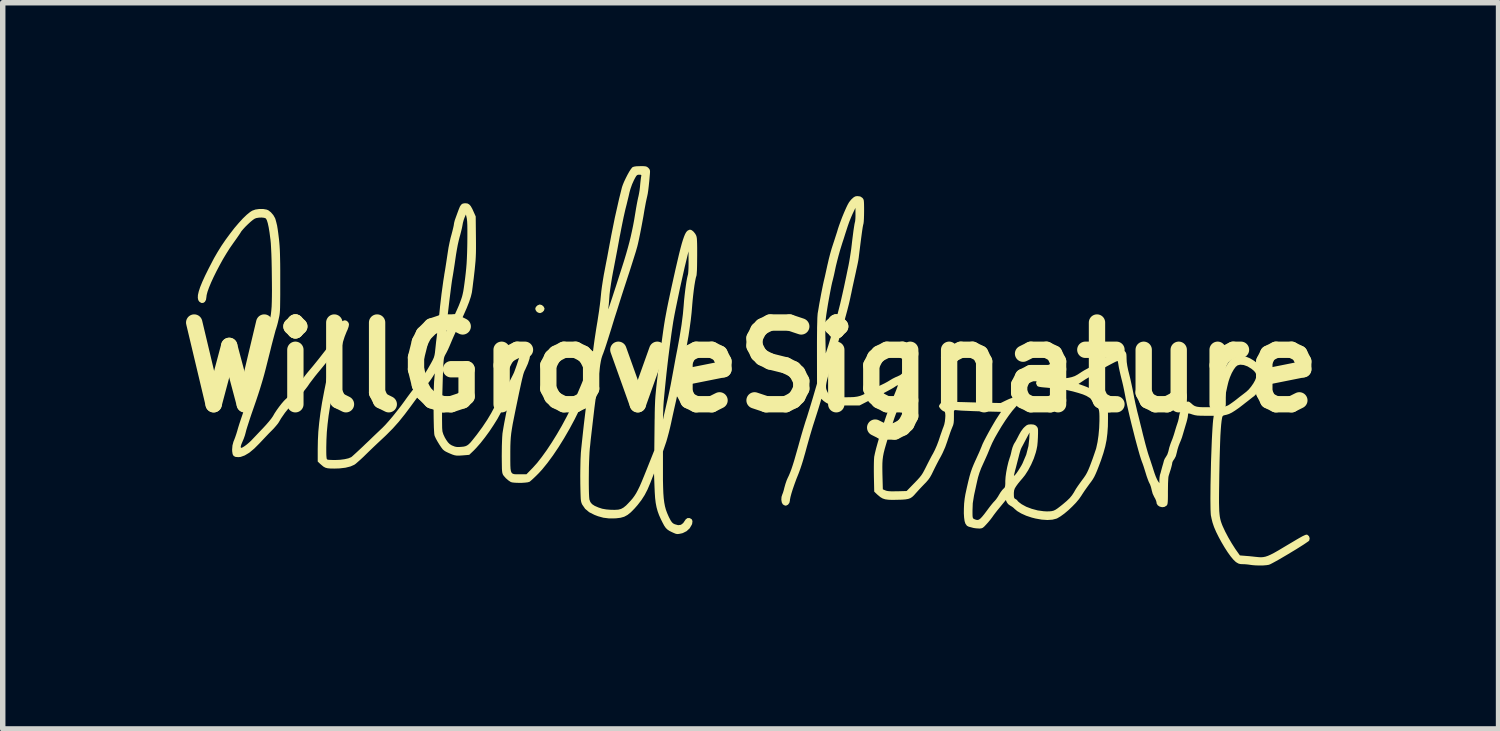
<source format=kicad_pcb>
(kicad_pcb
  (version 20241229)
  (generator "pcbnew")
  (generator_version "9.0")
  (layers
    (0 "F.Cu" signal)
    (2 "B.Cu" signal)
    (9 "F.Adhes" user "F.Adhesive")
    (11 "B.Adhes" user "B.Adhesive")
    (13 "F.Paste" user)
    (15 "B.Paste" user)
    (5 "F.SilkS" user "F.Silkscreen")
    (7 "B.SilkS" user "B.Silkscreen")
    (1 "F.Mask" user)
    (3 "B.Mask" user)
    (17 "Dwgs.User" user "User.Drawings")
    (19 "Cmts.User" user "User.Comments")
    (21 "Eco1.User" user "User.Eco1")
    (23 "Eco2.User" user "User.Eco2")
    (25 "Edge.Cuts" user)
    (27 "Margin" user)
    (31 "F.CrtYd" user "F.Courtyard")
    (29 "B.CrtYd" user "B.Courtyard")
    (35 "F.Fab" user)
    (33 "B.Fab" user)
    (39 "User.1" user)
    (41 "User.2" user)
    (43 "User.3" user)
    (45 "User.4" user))
  (footprint "WillGroveSignature"
    (layer "F.Cu")
    (at 10.729 3.692)
    (property "Reference" "WillGroveSignature" (at 0 0 0) (layer "F.SilkS") (effects (font (size 1.5 1.5) (thickness 0.3))))
    (attr board_only exclude_from_pos_files exclude_from_bom)
    (fp_poly (pts (xy -3.832 -1.142) (xy -3.801 -1.115) (xy -3.785 -1.082) (xy -3.784 -1.074) (xy -3.795 -1.04) (xy -3.824 -1.011) (xy -3.86 -0.996) (xy -3.869 -0.995) (xy -3.903 -1.004) (xy -3.928 -1.021) (xy -3.947 -1.05) (xy -3.954 -1.074) (xy -3.943 -1.107) (xy -3.914 -1.136) (xy -3.878 -1.151) (xy -3.869 -1.152)) (stroke (width 0) (type solid)) (fill yes) (layer "F.SilkS"))
    (fp_poly (pts (xy 2.011 -3.136) (xy 2.047 -3.113) (xy 2.05 -3.11) (xy 2.062 -3.097) (xy 2.07 -3.083) (xy 2.076 -3.064) (xy 2.079 -3.035) (xy 2.081 -2.993) (xy 2.082 -2.932) (xy 2.082 -2.867) (xy 2.081 -2.794) (xy 2.079 -2.729) (xy 2.076 -2.677) (xy 2.072 -2.643) (xy 2.07 -2.634) (xy 2.065 -2.614) (xy 2.057 -2.573) (xy 2.048 -2.515) (xy 2.038 -2.443) (xy 2.027 -2.361) (xy 2.024 -2.337) (xy 2.013 -2.251) (xy 2.003 -2.17) (xy 1.994 -2.099) (xy 1.987 -2.043) (xy 1.983 -2.008) (xy 1.982 -2.003) (xy 1.977 -1.969) (xy 1.967 -1.916) (xy 1.953 -1.85) (xy 1.937 -1.778) (xy 1.931 -1.748) (xy 1.912 -1.662) (xy 1.89 -1.562) (xy 1.867 -1.457) (xy 1.847 -1.359) (xy 1.84 -1.329) (xy 1.829 -1.275) (xy 1.817 -1.221) (xy 1.804 -1.165) (xy 1.789 -1.106) (xy 1.772 -1.04) (xy 1.752 -0.966) (xy 1.729 -0.882) (xy 1.701 -0.785) (xy 1.669 -0.674) (xy 1.631 -0.546) (xy 1.588 -0.399) (xy 1.538 -0.232) (xy 1.481 -0.042) (xy 1.481 -0.04) (xy 1.448 0.07) (xy 1.422 0.159) (xy 1.403 0.229) (xy 1.391 0.285) (xy 1.384 0.328) (xy 1.383 0.363) (xy 1.386 0.392) (xy 1.394 0.419) (xy 1.407 0.448) (xy 1.412 0.458) (xy 1.43 0.49) (xy 1.453 0.513) (xy 1.485 0.53) (xy 1.529 0.54) (xy 1.589 0.547) (xy 1.67 0.549) (xy 1.731 0.55) (xy 1.824 0.549) (xy 1.896 0.546) (xy 1.956 0.538) (xy 2.008 0.525) (xy 2.061 0.504) (xy 2.119 0.474) (xy 2.182 0.437) (xy 2.246 0.401) (xy 2.315 0.364) (xy 2.378 0.333) (xy 2.401 0.322) (xy 2.457 0.295) (xy 2.512 0.265) (xy 2.555 0.239) (xy 2.558 0.237) (xy 2.605 0.209) (xy 2.661 0.181) (xy 2.689 0.17) (xy 2.747 0.142) (xy 2.787 0.108) (xy 2.792 0.103) (xy 2.843 0.04) (xy 2.884 0.002) (xy 2.916 -0.013) (xy 2.919 -0.013) (xy 2.952 -0.002) (xy 2.982 0.025) (xy 2.998 0.058) (xy 2.998 0.066) (xy 2.993 0.088) (xy 2.977 0.127) (xy 2.954 0.178) (xy 2.927 0.233) (xy 2.829 0.439) (xy 2.734 0.67) (xy 2.64 0.925) (xy 2.548 1.205) (xy 2.516 1.309) (xy 2.485 1.414) (xy 2.46 1.5) (xy 2.442 1.572) (xy 2.43 1.635) (xy 2.422 1.697) (xy 2.418 1.761) (xy 2.417 1.834) (xy 2.418 1.921) (xy 2.419 1.974) (xy 2.426 2.24) (xy 2.473 2.26) (xy 2.501 2.269) (xy 2.537 2.274) (xy 2.588 2.277) (xy 2.657 2.276) (xy 2.692 2.276) (xy 2.863 2.271) (xy 3.003 2.127) (xy 3.06 2.068) (xy 3.102 2.021) (xy 3.135 1.979) (xy 3.162 1.937) (xy 3.189 1.887) (xy 3.214 1.838) (xy 3.249 1.768) (xy 3.288 1.692) (xy 3.325 1.622) (xy 3.348 1.582) (xy 3.382 1.515) (xy 3.418 1.433) (xy 3.45 1.348) (xy 3.461 1.315) (xy 3.483 1.248) (xy 3.506 1.183) (xy 3.525 1.128) (xy 3.539 1.093) (xy 3.554 1.048) (xy 3.565 0.994) (xy 3.571 0.939) (xy 3.574 0.887) (xy 3.571 0.845) (xy 3.564 0.818) (xy 3.555 0.812) (xy 3.53 0.802) (xy 3.5 0.778) (xy 3.473 0.748) (xy 3.458 0.721) (xy 3.456 0.714) (xy 3.465 0.691) (xy 3.486 0.663) (xy 3.489 0.66) (xy 3.522 0.627) (xy 3.728 0.634) (xy 3.803 0.637) (xy 3.897 0.639) (xy 4.003 0.642) (xy 4.114 0.645) (xy 4.222 0.648) (xy 4.262 0.649) (xy 4.589 0.656) (xy 4.668 0.617) (xy 4.745 0.581) (xy 4.804 0.56) (xy 4.849 0.552) (xy 4.883 0.558) (xy 4.91 0.576) (xy 4.929 0.602) (xy 4.933 0.629) (xy 4.92 0.661) (xy 4.888 0.702) (xy 4.857 0.736) (xy 4.802 0.8) (xy 4.74 0.882) (xy 4.673 0.978) (xy 4.606 1.082) (xy 4.542 1.189) (xy 4.483 1.292) (xy 4.434 1.388) (xy 4.398 1.47) (xy 4.392 1.484) (xy 4.373 1.531) (xy 4.347 1.594) (xy 4.315 1.666) (xy 4.282 1.739) (xy 4.275 1.754) (xy 4.231 1.852) (xy 4.199 1.937) (xy 4.174 2.019) (xy 4.159 2.082) (xy 4.142 2.158) (xy 4.124 2.241) (xy 4.107 2.318) (xy 4.099 2.357) (xy 4.077 2.495) (xy 4.072 2.626) (xy 4.072 2.69) (xy 4.073 2.732) (xy 4.077 2.758) (xy 4.084 2.773) (xy 4.095 2.782) (xy 4.105 2.787) (xy 4.136 2.799) (xy 4.162 2.803) (xy 4.188 2.797) (xy 4.215 2.778) (xy 4.247 2.745) (xy 4.288 2.695) (xy 4.34 2.626) (xy 4.35 2.612) (xy 4.39 2.559) (xy 4.428 2.511) (xy 4.461 2.472) (xy 4.478 2.455) (xy 4.506 2.422) (xy 4.538 2.376) (xy 4.559 2.34) (xy 4.587 2.294) (xy 4.617 2.254) (xy 4.637 2.232) (xy 4.655 2.216) (xy 4.666 2.199) (xy 4.671 2.175) (xy 4.674 2.138) (xy 4.674 2.085) (xy 4.679 2.012) (xy 4.682 1.989) (xy 4.832 1.989) (xy 4.839 1.99) (xy 4.856 1.973) (xy 4.881 1.942) (xy 4.91 1.9) (xy 4.94 1.852) (xy 4.97 1.802) (xy 4.99 1.764) (xy 5.058 1.604) (xy 5.099 1.445) (xy 5.114 1.309) (xy 5.119 1.198) (xy 5.053 1.322) (xy 5.024 1.377) (xy 4.998 1.427) (xy 4.978 1.464) (xy 4.97 1.479) (xy 4.957 1.509) (xy 4.943 1.554) (xy 4.931 1.597) (xy 4.919 1.646) (xy 4.902 1.711) (xy 4.884 1.781) (xy 4.871 1.832) (xy 4.855 1.891) (xy 4.843 1.94) (xy 4.835 1.975) (xy 4.832 1.989) (xy 4.682 1.989) (xy 4.691 1.924) (xy 4.709 1.83) (xy 4.731 1.738) (xy 4.756 1.657) (xy 4.764 1.635) (xy 4.773 1.603) (xy 4.784 1.557) (xy 4.791 1.524) (xy 4.806 1.471) (xy 4.827 1.419) (xy 4.84 1.395) (xy 4.864 1.357) (xy 4.892 1.305) (xy 4.92 1.251) (xy 4.923 1.244) (xy 4.961 1.177) (xy 5.003 1.12) (xy 5.026 1.097) (xy 5.061 1.067) (xy 5.092 1.052) (xy 5.129 1.048) (xy 5.146 1.047) (xy 5.192 1.051) (xy 5.223 1.062) (xy 5.245 1.08) (xy 5.258 1.095) (xy 5.267 1.11) (xy 5.273 1.13) (xy 5.275 1.161) (xy 5.275 1.208) (xy 5.273 1.275) (xy 5.273 1.28) (xy 5.268 1.369) (xy 5.261 1.442) (xy 5.248 1.508) (xy 5.233 1.567) (xy 5.197 1.675) (xy 5.149 1.785) (xy 5.094 1.889) (xy 5.036 1.979) (xy 4.994 2.032) (xy 4.952 2.081) (xy 4.91 2.132) (xy 4.878 2.176) (xy 4.875 2.18) (xy 4.849 2.222) (xy 4.836 2.259) (xy 4.831 2.303) (xy 4.831 2.325) (xy 4.832 2.37) (xy 4.837 2.396) (xy 4.848 2.411) (xy 4.864 2.42) (xy 4.888 2.435) (xy 4.897 2.448) (xy 4.907 2.461) (xy 4.933 2.483) (xy 4.971 2.511) (xy 4.975 2.514) (xy 5.059 2.56) (xy 5.16 2.598) (xy 5.269 2.627) (xy 5.378 2.642) (xy 5.434 2.645) (xy 5.486 2.644) (xy 5.526 2.64) (xy 5.562 2.631) (xy 5.597 2.614) (xy 5.637 2.587) (xy 5.689 2.547) (xy 5.729 2.515) (xy 5.801 2.454) (xy 5.856 2.401) (xy 5.898 2.35) (xy 5.933 2.297) (xy 5.951 2.265) (xy 5.971 2.231) (xy 6.003 2.183) (xy 6.042 2.128) (xy 6.079 2.077) (xy 6.119 2.023) (xy 6.15 1.977) (xy 6.175 1.932) (xy 6.199 1.881) (xy 6.225 1.818) (xy 6.251 1.749) (xy 6.278 1.676) (xy 6.303 1.604) (xy 6.324 1.542) (xy 6.34 1.495) (xy 6.344 1.479) (xy 6.367 1.373) (xy 6.385 1.249) (xy 6.397 1.116) (xy 6.402 0.981) (xy 6.402 0.969) (xy 6.402 0.895) (xy 6.4 0.842) (xy 6.396 0.804) (xy 6.39 0.776) (xy 6.38 0.751) (xy 6.373 0.737) (xy 6.308 0.64) (xy 6.231 0.566) (xy 6.163 0.525) (xy 6.097 0.497) (xy 6.012 0.47) (xy 5.915 0.443) (xy 5.814 0.42) (xy 5.716 0.402) (xy 5.628 0.391) (xy 5.623 0.391) (xy 5.519 0.382) (xy 5.438 0.374) (xy 5.377 0.369) (xy 5.332 0.364) (xy 5.302 0.359) (xy 5.282 0.354) (xy 5.27 0.349) (xy 5.262 0.343) (xy 5.256 0.335) (xy 5.256 0.335) (xy 5.238 0.294) (xy 5.247 0.256) (xy 5.263 0.236) (xy 5.274 0.227) (xy 5.288 0.22) (xy 5.309 0.215) (xy 5.341 0.212) (xy 5.388 0.21) (xy 5.453 0.21) (xy 5.538 0.209) (xy 5.656 0.208) (xy 5.752 0.203) (xy 5.831 0.194) (xy 5.895 0.18) (xy 5.95 0.161) (xy 6 0.134) (xy 6.031 0.114) (xy 6.078 0.083) (xy 6.129 0.052) (xy 6.154 0.039) (xy 6.2 0.014) (xy 6.245 -0.015) (xy 6.258 -0.024) (xy 6.306 -0.058) (xy 6.368 -0.096) (xy 6.44 -0.137) (xy 6.517 -0.179) (xy 6.594 -0.218) (xy 6.668 -0.254) (xy 6.734 -0.283) (xy 6.788 -0.304) (xy 6.825 -0.313) (xy 6.831 -0.314) (xy 6.852 -0.306) (xy 6.874 -0.288) (xy 6.887 -0.27) (xy 6.896 -0.244) (xy 6.899 -0.205) (xy 6.9 -0.159) (xy 6.903 -0.097) (xy 6.913 -0.027) (xy 6.93 0.056) (xy 6.946 0.119) (xy 6.967 0.204) (xy 6.989 0.303) (xy 7.01 0.401) (xy 7.025 0.478) (xy 7.041 0.562) (xy 7.06 0.654) (xy 7.08 0.741) (xy 7.096 0.812) (xy 7.112 0.873) (xy 7.132 0.953) (xy 7.154 1.044) (xy 7.178 1.139) (xy 7.2 1.231) (xy 7.223 1.32) (xy 7.246 1.41) (xy 7.269 1.493) (xy 7.289 1.563) (xy 7.305 1.614) (xy 7.306 1.617) (xy 7.328 1.681) (xy 7.353 1.758) (xy 7.379 1.837) (xy 7.394 1.885) (xy 7.415 1.949) (xy 7.437 2.008) (xy 7.458 2.055) (xy 7.472 2.082) (xy 7.502 2.127) (xy 7.502 2.069) (xy 7.505 2.023) (xy 7.512 1.979) (xy 7.514 1.971) (xy 7.526 1.933) (xy 7.538 1.886) (xy 7.542 1.872) (xy 7.554 1.828) (xy 7.565 1.79) (xy 7.568 1.781) (xy 7.579 1.741) (xy 7.586 1.713) (xy 7.6 1.679) (xy 7.623 1.643) (xy 7.625 1.64) (xy 7.648 1.601) (xy 7.666 1.548) (xy 7.671 1.528) (xy 7.684 1.473) (xy 7.704 1.411) (xy 7.719 1.371) (xy 7.743 1.311) (xy 7.766 1.244) (xy 7.778 1.205) (xy 7.796 1.144) (xy 7.816 1.079) (xy 7.829 1.041) (xy 7.846 0.988) (xy 7.859 0.934) (xy 7.863 0.903) (xy 7.874 0.852) (xy 7.891 0.801) (xy 7.895 0.792) (xy 7.913 0.75) (xy 7.925 0.712) (xy 7.927 0.704) (xy 7.945 0.672) (xy 7.98 0.644) (xy 8.02 0.63) (xy 8.033 0.628) (xy 8.055 0.637) (xy 8.084 0.659) (xy 8.09 0.665) (xy 8.121 0.692) (xy 8.152 0.711) (xy 8.19 0.723) (xy 8.239 0.73) (xy 8.306 0.733) (xy 8.357 0.733) (xy 8.517 0.733) (xy 8.522 0.708) (xy 8.681 0.708) (xy 8.691 0.719) (xy 8.718 0.717) (xy 8.758 0.701) (xy 8.763 0.699) (xy 8.79 0.682) (xy 8.832 0.653) (xy 8.882 0.617) (xy 8.923 0.585) (xy 8.977 0.542) (xy 9.031 0.501) (xy 9.076 0.466) (xy 9.099 0.448) (xy 9.142 0.408) (xy 9.186 0.355) (xy 9.227 0.296) (xy 9.259 0.239) (xy 9.277 0.191) (xy 9.278 0.186) (xy 9.281 0.141) (xy 9.269 0.104) (xy 9.24 0.067) (xy 9.192 0.027) (xy 9.12 -0.017) (xy 9.05 -0.042) (xy 8.986 -0.048) (xy 8.938 -0.036) (xy 8.904 -0.009) (xy 8.868 0.04) (xy 8.831 0.105) (xy 8.797 0.184) (xy 8.773 0.255) (xy 8.763 0.293) (xy 8.75 0.347) (xy 8.736 0.412) (xy 8.721 0.482) (xy 8.707 0.552) (xy 8.695 0.615) (xy 8.686 0.667) (xy 8.681 0.701) (xy 8.681 0.708) (xy 8.522 0.708) (xy 8.547 0.557) (xy 8.571 0.426) (xy 8.595 0.316) (xy 8.62 0.222) (xy 8.649 0.139) (xy 8.684 0.062) (xy 8.725 -0.014) (xy 8.753 -0.06) (xy 8.784 -0.108) (xy 8.809 -0.138) (xy 8.834 -0.159) (xy 8.868 -0.175) (xy 8.884 -0.181) (xy 8.954 -0.203) (xy 9.016 -0.208) (xy 9.082 -0.197) (xy 9.106 -0.19) (xy 9.165 -0.165) (xy 9.231 -0.126) (xy 9.297 -0.078) (xy 9.356 -0.025) (xy 9.402 0.026) (xy 9.421 0.055) (xy 9.437 0.11) (xy 9.436 0.179) (xy 9.418 0.253) (xy 9.41 0.275) (xy 9.383 0.331) (xy 9.348 0.391) (xy 9.31 0.449) (xy 9.273 0.497) (xy 9.241 0.53) (xy 9.236 0.533) (xy 9.214 0.549) (xy 9.177 0.578) (xy 9.128 0.617) (xy 9.072 0.66) (xy 9.051 0.677) (xy 8.964 0.744) (xy 8.892 0.794) (xy 8.833 0.831) (xy 8.782 0.856) (xy 8.736 0.871) (xy 8.717 0.875) (xy 8.682 0.883) (xy 8.663 0.897) (xy 8.654 0.923) (xy 8.653 0.93) (xy 8.644 0.984) (xy 8.636 1.056) (xy 8.629 1.147) (xy 8.622 1.257) (xy 8.617 1.389) (xy 8.612 1.543) (xy 8.607 1.72) (xy 8.603 1.923) (xy 8.602 1.966) (xy 8.6 2.129) (xy 8.598 2.268) (xy 8.597 2.386) (xy 8.597 2.485) (xy 8.599 2.568) (xy 8.601 2.637) (xy 8.606 2.695) (xy 8.612 2.743) (xy 8.62 2.785) (xy 8.63 2.824) (xy 8.642 2.86) (xy 8.656 2.897) (xy 8.665 2.918) (xy 8.71 3.015) (xy 8.767 3.123) (xy 8.83 3.231) (xy 8.893 3.33) (xy 8.909 3.353) (xy 8.98 3.453) (xy 9.089 3.462) (xy 9.153 3.467) (xy 9.219 3.474) (xy 9.273 3.48) (xy 9.276 3.48) (xy 9.325 3.485) (xy 9.368 3.487) (xy 9.408 3.484) (xy 9.449 3.476) (xy 9.494 3.461) (xy 9.546 3.438) (xy 9.608 3.406) (xy 9.684 3.363) (xy 9.776 3.308) (xy 9.848 3.265) (xy 9.946 3.207) (xy 10.023 3.161) (xy 10.084 3.126) (xy 10.129 3.101) (xy 10.163 3.085) (xy 10.187 3.075) (xy 10.203 3.072) (xy 10.215 3.073) (xy 10.22 3.075) (xy 10.249 3.101) (xy 10.261 3.139) (xy 10.253 3.179) (xy 10.253 3.18) (xy 10.238 3.194) (xy 10.203 3.218) (xy 10.153 3.252) (xy 10.09 3.292) (xy 10.017 3.338) (xy 9.939 3.385) (xy 9.858 3.434) (xy 9.778 3.481) (xy 9.703 3.525) (xy 9.635 3.563) (xy 9.578 3.594) (xy 9.535 3.616) (xy 9.512 3.625) (xy 9.469 3.632) (xy 9.409 3.637) (xy 9.339 3.638) (xy 9.269 3.636) (xy 9.207 3.631) (xy 9.171 3.626) (xy 9.128 3.62) (xy 9.074 3.615) (xy 9.039 3.614) (xy 8.99 3.612) (xy 8.955 3.603) (xy 8.921 3.584) (xy 8.9 3.569) (xy 8.859 3.529) (xy 8.81 3.47) (xy 8.756 3.395) (xy 8.7 3.308) (xy 8.645 3.215) (xy 8.593 3.12) (xy 8.546 3.026) (xy 8.508 2.938) (xy 8.498 2.91) (xy 8.477 2.847) (xy 8.46 2.778) (xy 8.448 2.719) (xy 8.447 2.716) (xy 8.444 2.671) (xy 8.441 2.603) (xy 8.44 2.516) (xy 8.439 2.411) (xy 8.44 2.293) (xy 8.441 2.163) (xy 8.444 2.027) (xy 8.447 1.886) (xy 8.45 1.743) (xy 8.455 1.602) (xy 8.46 1.467) (xy 8.465 1.338) (xy 8.471 1.221) (xy 8.477 1.119) (xy 8.483 1.033) (xy 8.489 0.967) (xy 8.492 0.946) (xy 8.5 0.89) (xy 8.338 0.89) (xy 8.259 0.889) (xy 8.2 0.886) (xy 8.154 0.879) (xy 8.115 0.868) (xy 8.108 0.866) (xy 8.07 0.853) (xy 8.042 0.847) (xy 8.033 0.848) (xy 8.028 0.865) (xy 8.026 0.89) (xy 8.022 0.918) (xy 8.012 0.963) (xy 7.998 1.016) (xy 7.992 1.035) (xy 7.973 1.099) (xy 7.953 1.166) (xy 7.936 1.224) (xy 7.934 1.231) (xy 7.916 1.29) (xy 7.892 1.353) (xy 7.876 1.39) (xy 7.855 1.444) (xy 7.835 1.508) (xy 7.824 1.556) (xy 7.804 1.632) (xy 7.776 1.685) (xy 7.772 1.689) (xy 7.75 1.722) (xy 7.738 1.752) (xy 7.738 1.757) (xy 7.734 1.783) (xy 7.724 1.824) (xy 7.711 1.871) (xy 7.695 1.921) (xy 7.68 1.968) (xy 7.671 1.998) (xy 7.667 2.023) (xy 7.664 2.07) (xy 7.661 2.133) (xy 7.66 2.207) (xy 7.659 2.276) (xy 7.659 2.361) (xy 7.658 2.424) (xy 7.656 2.468) (xy 7.653 2.498) (xy 7.648 2.518) (xy 7.641 2.531) (xy 7.633 2.54) (xy 7.595 2.563) (xy 7.552 2.568) (xy 7.508 2.557) (xy 7.473 2.534) (xy 7.452 2.5) (xy 7.45 2.481) (xy 7.443 2.452) (xy 7.426 2.412) (xy 7.409 2.383) (xy 7.379 2.32) (xy 7.361 2.254) (xy 7.36 2.248) (xy 7.348 2.198) (xy 7.331 2.15) (xy 7.322 2.133) (xy 7.307 2.102) (xy 7.288 2.053) (xy 7.267 1.994) (xy 7.254 1.951) (xy 7.233 1.884) (xy 7.212 1.817) (xy 7.192 1.76) (xy 7.182 1.735) (xy 7.164 1.683) (xy 7.141 1.61) (xy 7.115 1.518) (xy 7.086 1.413) (xy 7.055 1.297) (xy 7.024 1.174) (xy 6.992 1.048) (xy 6.962 0.924) (xy 6.934 0.804) (xy 6.909 0.692) (xy 6.888 0.593) (xy 6.872 0.51) (xy 6.867 0.484) (xy 6.854 0.417) (xy 6.837 0.337) (xy 6.818 0.256) (xy 6.806 0.21) (xy 6.789 0.14) (xy 6.773 0.07) (xy 6.76 0.009) (xy 6.754 -0.025) (xy 6.747 -0.069) (xy 6.741 -0.101) (xy 6.737 -0.115) (xy 6.723 -0.112) (xy 6.691 -0.098) (xy 6.646 -0.075) (xy 6.591 -0.046) (xy 6.531 -0.014) (xy 6.471 0.02) (xy 6.415 0.053) (xy 6.367 0.083) (xy 6.331 0.106) (xy 6.317 0.117) (xy 6.29 0.137) (xy 6.251 0.161) (xy 6.232 0.171) (xy 6.19 0.194) (xy 6.138 0.225) (xy 6.096 0.253) (xy 6.018 0.305) (xy 6.115 0.34) (xy 6.171 0.361) (xy 6.224 0.386) (xy 6.264 0.407) (xy 6.265 0.408) (xy 6.322 0.452) (xy 6.384 0.512) (xy 6.443 0.579) (xy 6.492 0.646) (xy 6.519 0.691) (xy 6.535 0.725) (xy 6.547 0.754) (xy 6.554 0.784) (xy 6.558 0.821) (xy 6.559 0.872) (xy 6.559 0.942) (xy 6.559 0.943) (xy 6.557 1.085) (xy 6.548 1.213) (xy 6.533 1.333) (xy 6.509 1.451) (xy 6.475 1.574) (xy 6.43 1.709) (xy 6.391 1.813) (xy 6.359 1.895) (xy 6.332 1.958) (xy 6.307 2.01) (xy 6.281 2.055) (xy 6.25 2.1) (xy 6.221 2.138) (xy 6.177 2.199) (xy 6.13 2.265) (xy 6.089 2.327) (xy 6.07 2.357) (xy 6.027 2.419) (xy 5.97 2.487) (xy 5.902 2.557) (xy 5.83 2.625) (xy 5.757 2.686) (xy 5.688 2.736) (xy 5.629 2.771) (xy 5.613 2.778) (xy 5.539 2.797) (xy 5.447 2.803) (xy 5.342 2.796) (xy 5.229 2.776) (xy 5.158 2.758) (xy 5.056 2.724) (xy 4.966 2.683) (xy 4.892 2.639) (xy 4.839 2.594) (xy 4.832 2.586) (xy 4.808 2.566) (xy 4.774 2.544) (xy 4.765 2.54) (xy 4.726 2.511) (xy 4.701 2.476) (xy 4.701 2.476) (xy 4.684 2.436) (xy 4.63 2.502) (xy 4.571 2.574) (xy 4.525 2.63) (xy 4.49 2.675) (xy 4.462 2.712) (xy 4.438 2.746) (xy 4.434 2.752) (xy 4.402 2.794) (xy 4.361 2.844) (xy 4.323 2.886) (xy 4.288 2.923) (xy 4.262 2.945) (xy 4.239 2.955) (xy 4.21 2.959) (xy 4.188 2.959) (xy 4.139 2.956) (xy 4.095 2.95) (xy 4.079 2.946) (xy 4.038 2.935) (xy 4.003 2.926) (xy 3.97 2.909) (xy 3.942 2.87) (xy 3.941 2.868) (xy 3.927 2.824) (xy 3.918 2.76) (xy 3.913 2.681) (xy 3.914 2.593) (xy 3.918 2.502) (xy 3.928 2.412) (xy 3.941 2.333) (xy 3.969 2.204) (xy 3.994 2.096) (xy 4.017 2.004) (xy 4.04 1.925) (xy 4.065 1.853) (xy 4.093 1.784) (xy 4.124 1.714) (xy 4.13 1.702) (xy 4.162 1.631) (xy 4.194 1.561) (xy 4.22 1.499) (xy 4.24 1.451) (xy 4.243 1.442) (xy 4.26 1.401) (xy 4.288 1.344) (xy 4.325 1.273) (xy 4.367 1.195) (xy 4.412 1.114) (xy 4.458 1.035) (xy 4.501 0.962) (xy 4.54 0.902) (xy 4.549 0.888) (xy 4.596 0.818) (xy 4.265 0.81) (xy 4.168 0.807) (xy 4.074 0.804) (xy 3.987 0.8) (xy 3.913 0.797) (xy 3.857 0.794) (xy 3.833 0.792) (xy 3.731 0.783) (xy 3.731 0.908) (xy 3.73 0.974) (xy 3.726 1.022) (xy 3.717 1.061) (xy 3.701 1.1) (xy 3.7 1.103) (xy 3.684 1.142) (xy 3.663 1.198) (xy 3.64 1.266) (xy 3.616 1.336) (xy 3.614 1.345) (xy 3.571 1.466) (xy 3.523 1.574) (xy 3.493 1.633) (xy 3.459 1.694) (xy 3.42 1.768) (xy 3.381 1.845) (xy 3.356 1.896) (xy 3.322 1.966) (xy 3.292 2.019) (xy 3.261 2.063) (xy 3.224 2.106) (xy 3.193 2.138) (xy 3.144 2.189) (xy 3.093 2.243) (xy 3.049 2.292) (xy 3.035 2.307) (xy 2.998 2.349) (xy 2.965 2.38) (xy 2.931 2.402) (xy 2.892 2.416) (xy 2.841 2.425) (xy 2.774 2.43) (xy 2.691 2.432) (xy 2.598 2.434) (xy 2.526 2.431) (xy 2.469 2.423) (xy 2.423 2.408) (xy 2.382 2.384) (xy 2.342 2.351) (xy 2.322 2.334) (xy 2.268 2.282) (xy 2.262 2.002) (xy 2.261 1.913) (xy 2.261 1.829) (xy 2.262 1.753) (xy 2.264 1.692) (xy 2.267 1.651) (xy 2.267 1.646) (xy 2.281 1.578) (xy 2.302 1.491) (xy 2.331 1.387) (xy 2.365 1.271) (xy 2.404 1.146) (xy 2.446 1.018) (xy 2.49 0.889) (xy 2.535 0.764) (xy 2.579 0.647) (xy 2.621 0.542) (xy 2.623 0.537) (xy 2.651 0.469) (xy 2.674 0.411) (xy 2.691 0.365) (xy 2.701 0.336) (xy 2.702 0.328) (xy 2.689 0.332) (xy 2.664 0.347) (xy 2.654 0.354) (xy 2.627 0.372) (xy 2.582 0.398) (xy 2.525 0.429) (xy 2.462 0.463) (xy 2.442 0.473) (xy 2.366 0.512) (xy 2.283 0.555) (xy 2.203 0.595) (xy 2.137 0.63) (xy 2.136 0.63) (xy 2 0.7) (xy 1.743 0.7) (xy 1.653 0.7) (xy 1.585 0.699) (xy 1.535 0.697) (xy 1.498 0.694) (xy 1.47 0.689) (xy 1.447 0.681) (xy 1.427 0.673) (xy 1.383 0.649) (xy 1.343 0.621) (xy 1.332 0.612) (xy 1.297 0.578) (xy 1.282 0.633) (xy 1.273 0.663) (xy 1.258 0.713) (xy 1.238 0.778) (xy 1.215 0.85) (xy 1.198 0.903) (xy 1.169 0.994) (xy 1.142 1.078) (xy 1.117 1.161) (xy 1.091 1.248) (xy 1.064 1.343) (xy 1.033 1.453) (xy 0.998 1.582) (xy 0.989 1.612) (xy 0.965 1.697) (xy 0.938 1.784) (xy 0.911 1.865) (xy 0.886 1.933) (xy 0.876 1.959) (xy 0.839 2.051) (xy 0.805 2.144) (xy 0.774 2.233) (xy 0.749 2.313) (xy 0.731 2.38) (xy 0.721 2.431) (xy 0.72 2.449) (xy 0.71 2.489) (xy 0.685 2.522) (xy 0.651 2.539) (xy 0.642 2.54) (xy 0.613 2.531) (xy 0.589 2.514) (xy 0.571 2.48) (xy 0.563 2.432) (xy 0.566 2.379) (xy 0.581 2.333) (xy 0.593 2.303) (xy 0.607 2.257) (xy 0.62 2.204) (xy 0.621 2.202) (xy 0.638 2.141) (xy 0.66 2.077) (xy 0.68 2.031) (xy 0.703 1.983) (xy 0.725 1.93) (xy 0.748 1.869) (xy 0.772 1.797) (xy 0.799 1.711) (xy 0.829 1.606) (xy 0.865 1.48) (xy 0.878 1.434) (xy 0.905 1.336) (xy 0.933 1.238) (xy 0.96 1.146) (xy 0.985 1.064) (xy 1.005 0.999) (xy 1.015 0.969) (xy 1.034 0.912) (xy 1.057 0.837) (xy 1.084 0.75) (xy 1.112 0.658) (xy 1.139 0.568) (xy 1.14 0.565) (xy 1.218 0.298) (xy 1.217 -0.299) (xy 1.217 -0.46) (xy 1.218 -0.602) (xy 1.219 -0.678) (xy 1.37 -0.678) (xy 1.371 -0.578) (xy 1.372 -0.53) (xy 1.378 -0.255) (xy 1.421 -0.386) (xy 1.438 -0.441) (xy 1.46 -0.514) (xy 1.486 -0.6) (xy 1.513 -0.69) (xy 1.539 -0.779) (xy 1.57 -0.889) (xy 1.597 -0.985) (xy 1.62 -1.074) (xy 1.642 -1.16) (xy 1.663 -1.251) (xy 1.686 -1.352) (xy 1.712 -1.469) (xy 1.728 -1.545) (xy 1.755 -1.672) (xy 1.777 -1.779) (xy 1.796 -1.869) (xy 1.811 -1.949) (xy 1.823 -2.022) (xy 1.834 -2.093) (xy 1.845 -2.167) (xy 1.855 -2.25) (xy 1.866 -2.344) (xy 1.877 -2.43) (xy 1.887 -2.508) (xy 1.897 -2.574) (xy 1.905 -2.624) (xy 1.911 -2.654) (xy 1.913 -2.66) (xy 1.918 -2.683) (xy 1.922 -2.724) (xy 1.924 -2.777) (xy 1.924 -2.804) (xy 1.923 -2.926) (xy 1.87 -2.815) (xy 1.841 -2.748) (xy 1.81 -2.671) (xy 1.784 -2.597) (xy 1.778 -2.579) (xy 1.76 -2.523) (xy 1.736 -2.449) (xy 1.71 -2.366) (xy 1.682 -2.281) (xy 1.669 -2.239) (xy 1.641 -2.149) (xy 1.613 -2.049) (xy 1.587 -1.949) (xy 1.565 -1.86) (xy 1.559 -1.833) (xy 1.544 -1.762) (xy 1.53 -1.696) (xy 1.517 -1.642) (xy 1.508 -1.605) (xy 1.506 -1.597) (xy 1.496 -1.559) (xy 1.483 -1.5) (xy 1.468 -1.425) (xy 1.452 -1.34) (xy 1.435 -1.249) (xy 1.419 -1.158) (xy 1.405 -1.072) (xy 1.393 -0.995) (xy 1.389 -0.969) (xy 1.38 -0.9) (xy 1.374 -0.833) (xy 1.371 -0.761) (xy 1.37 -0.678) (xy 1.219 -0.678) (xy 1.219 -0.725) (xy 1.222 -0.828) (xy 1.224 -0.908) (xy 1.228 -0.964) (xy 1.23 -0.989) (xy 1.244 -1.069) (xy 1.259 -1.16) (xy 1.277 -1.256) (xy 1.295 -1.353) (xy 1.313 -1.443) (xy 1.329 -1.522) (xy 1.343 -1.585) (xy 1.349 -1.61) (xy 1.361 -1.66) (xy 1.376 -1.728) (xy 1.393 -1.805) (xy 1.41 -1.883) (xy 1.414 -1.898) (xy 1.434 -1.986) (xy 1.459 -2.083) (xy 1.486 -2.178) (xy 1.512 -2.258) (xy 1.537 -2.334) (xy 1.563 -2.415) (xy 1.587 -2.489) (xy 1.604 -2.547) (xy 1.623 -2.603) (xy 1.649 -2.675) (xy 1.679 -2.754) (xy 1.711 -2.832) (xy 1.718 -2.848) (xy 1.752 -2.926) (xy 1.78 -2.984) (xy 1.805 -3.028) (xy 1.83 -3.061) (xy 1.853 -3.087) (xy 1.889 -3.119) (xy 1.918 -3.136) (xy 1.949 -3.142) (xy 1.964 -3.142)) (stroke (width 0) (type solid)) (fill yes) (layer "F.SilkS"))
    (fp_poly (pts (xy -1.969 -3.692) (xy -1.932 -3.689) (xy -1.908 -3.682) (xy -1.889 -3.67) (xy -1.877 -3.659) (xy -1.859 -3.638) (xy -1.85 -3.618) (xy -1.847 -3.589) (xy -1.85 -3.543) (xy -1.851 -3.537) (xy -1.861 -3.42) (xy -1.871 -3.325) (xy -1.88 -3.249) (xy -1.889 -3.188) (xy -1.899 -3.14) (xy -1.903 -3.123) (xy -1.913 -3.078) (xy -1.926 -3.016) (xy -1.939 -2.945) (xy -1.951 -2.88) (xy -1.968 -2.777) (xy -1.988 -2.668) (xy -2.009 -2.556) (xy -2.03 -2.449) (xy -2.05 -2.352) (xy -2.068 -2.27) (xy -2.082 -2.213) (xy -2.092 -2.179) (xy -2.108 -2.123) (xy -2.131 -2.05) (xy -2.159 -1.961) (xy -2.191 -1.86) (xy -2.226 -1.75) (xy -2.264 -1.635) (xy -2.278 -1.591) (xy -2.321 -1.46) (xy -2.366 -1.321) (xy -2.411 -1.179) (xy -2.455 -1.039) (xy -2.497 -0.909) (xy -2.533 -0.792) (xy -2.561 -0.7) (xy -2.592 -0.602) (xy -2.622 -0.506) (xy -2.65 -0.419) (xy -2.675 -0.343) (xy -2.696 -0.284) (xy -2.71 -0.245) (xy -2.712 -0.242) (xy -2.726 -0.204) (xy -2.739 -0.162) (xy -2.75 -0.112) (xy -2.761 -0.05) (xy -2.773 0.03) (xy -2.783 0.11) (xy -2.795 0.201) (xy -2.807 0.293) (xy -2.818 0.38) (xy -2.828 0.453) (xy -2.835 0.503) (xy -2.844 0.564) (xy -2.855 0.647) (xy -2.868 0.746) (xy -2.881 0.857) (xy -2.895 0.976) (xy -2.909 1.097) (xy -2.923 1.217) (xy -2.936 1.329) (xy -2.946 1.431) (xy -2.953 1.493) (xy -2.958 1.558) (xy -2.962 1.64) (xy -2.966 1.733) (xy -2.969 1.835) (xy -2.97 1.94) (xy -2.971 2.044) (xy -2.971 2.144) (xy -2.97 2.236) (xy -2.968 2.315) (xy -2.965 2.377) (xy -2.961 2.419) (xy -2.96 2.427) (xy -2.942 2.474) (xy -2.912 2.511) (xy -2.864 2.543) (xy -2.795 2.573) (xy -2.725 2.596) (xy -2.65 2.609) (xy -2.579 2.615) (xy -2.496 2.617) (xy -2.431 2.613) (xy -2.38 2.6) (xy -2.334 2.575) (xy -2.287 2.537) (xy -2.249 2.498) (xy -2.205 2.451) (xy -2.167 2.407) (xy -2.134 2.362) (xy -2.102 2.312) (xy -2.071 2.254) (xy -2.037 2.185) (xy -2.001 2.102) (xy -1.959 2) (xy -1.915 1.891) (xy -1.769 1.525) (xy -1.764 1.054) (xy -1.763 0.962) (xy -1.61 0.962) (xy -1.59 0.871) (xy -1.579 0.824) (xy -1.564 0.759) (xy -1.547 0.684) (xy -1.529 0.607) (xy -1.525 0.589) (xy -1.508 0.512) (xy -1.488 0.418) (xy -1.467 0.316) (xy -1.448 0.213) (xy -1.434 0.137) (xy -1.416 0.04) (xy -1.397 -0.064) (xy -1.378 -0.168) (xy -1.36 -0.261) (xy -1.348 -0.321) (xy -1.304 -0.561) (xy -1.269 -0.779) (xy -1.244 -0.975) (xy -1.23 -1.129) (xy -1.223 -1.22) (xy -1.213 -1.316) (xy -1.202 -1.41) (xy -1.19 -1.499) (xy -1.178 -1.578) (xy -1.166 -1.642) (xy -1.156 -1.685) (xy -1.153 -1.694) (xy -1.148 -1.719) (xy -1.144 -1.766) (xy -1.141 -1.827) (xy -1.14 -1.898) (xy -1.14 -1.929) (xy -1.141 -2.128) (xy -1.185 -1.946) (xy -1.211 -1.839) (xy -1.238 -1.719) (xy -1.267 -1.589) (xy -1.297 -1.455) (xy -1.325 -1.321) (xy -1.352 -1.191) (xy -1.377 -1.071) (xy -1.398 -0.965) (xy -1.414 -0.877) (xy -1.42 -0.844) (xy -1.436 -0.74) (xy -1.454 -0.619) (xy -1.472 -0.484) (xy -1.491 -0.341) (xy -1.51 -0.192) (xy -1.528 -0.04) (xy -1.545 0.11) (xy -1.56 0.255) (xy -1.574 0.392) (xy -1.586 0.517) (xy -1.596 0.625) (xy -1.602 0.715) (xy -1.604 0.772) (xy -1.61 0.962) (xy -1.763 0.962) (xy -1.762 0.935) (xy -1.761 0.835) (xy -1.759 0.749) (xy -1.756 0.672) (xy -1.753 0.601) (xy -1.748 0.529) (xy -1.741 0.454) (xy -1.733 0.369) (xy -1.722 0.271) (xy -1.708 0.154) (xy -1.697 0.059) (xy -1.675 -0.125) (xy -1.656 -0.286) (xy -1.638 -0.429) (xy -1.621 -0.556) (xy -1.605 -0.672) (xy -1.589 -0.78) (xy -1.572 -0.884) (xy -1.553 -0.986) (xy -1.533 -1.092) (xy -1.51 -1.204) (xy -1.484 -1.326) (xy -1.455 -1.461) (xy -1.421 -1.614) (xy -1.42 -1.619) (xy -1.381 -1.794) (xy -1.346 -1.944) (xy -1.316 -2.072) (xy -1.289 -2.18) (xy -1.265 -2.269) (xy -1.243 -2.341) (xy -1.223 -2.398) (xy -1.205 -2.442) (xy -1.187 -2.475) (xy -1.17 -2.497) (xy -1.152 -2.512) (xy -1.149 -2.513) (xy -1.12 -2.526) (xy -1.097 -2.523) (xy -1.077 -2.513) (xy -1.048 -2.489) (xy -1.019 -2.453) (xy -1.012 -2.441) (xy -1.003 -2.425) (xy -0.996 -2.407) (xy -0.991 -2.386) (xy -0.987 -2.358) (xy -0.985 -2.318) (xy -0.983 -2.265) (xy -0.982 -2.193) (xy -0.982 -2.101) (xy -0.982 -2.053) (xy -0.983 -1.95) (xy -0.984 -1.859) (xy -0.986 -1.783) (xy -0.99 -1.726) (xy -0.993 -1.69) (xy -0.995 -1.682) (xy -1.007 -1.642) (xy -1.019 -1.582) (xy -1.032 -1.505) (xy -1.044 -1.418) (xy -1.055 -1.325) (xy -1.065 -1.231) (xy -1.073 -1.141) (xy -1.074 -1.127) (xy -1.084 -1.007) (xy -1.099 -0.87) (xy -1.119 -0.724) (xy -1.141 -0.576) (xy -1.166 -0.436) (xy -1.18 -0.367) (xy -1.189 -0.318) (xy -1.203 -0.249) (xy -1.219 -0.165) (xy -1.236 -0.071) (xy -1.254 0.026) (xy -1.264 0.085) (xy -1.283 0.188) (xy -1.304 0.295) (xy -1.324 0.399) (xy -1.344 0.494) (xy -1.361 0.573) (xy -1.367 0.602) (xy -1.386 0.685) (xy -1.408 0.783) (xy -1.431 0.886) (xy -1.452 0.983) (xy -1.459 1.017) (xy -1.479 1.105) (xy -1.502 1.198) (xy -1.526 1.287) (xy -1.548 1.364) (xy -1.558 1.393) (xy -1.61 1.545) (xy -1.61 1.922) (xy -1.61 2.073) (xy -1.607 2.201) (xy -1.603 2.31) (xy -1.596 2.402) (xy -1.586 2.482) (xy -1.573 2.551) (xy -1.556 2.614) (xy -1.534 2.674) (xy -1.508 2.734) (xy -1.495 2.761) (xy -1.468 2.812) (xy -1.446 2.844) (xy -1.424 2.865) (xy -1.395 2.88) (xy -1.393 2.881) (xy -1.331 2.898) (xy -1.28 2.891) (xy -1.239 2.86) (xy -1.222 2.835) (xy -1.191 2.79) (xy -1.16 2.768) (xy -1.125 2.767) (xy -1.119 2.768) (xy -1.083 2.788) (xy -1.068 2.822) (xy -1.074 2.871) (xy -1.08 2.888) (xy -1.119 2.955) (xy -1.176 3.008) (xy -1.246 3.043) (xy -1.269 3.049) (xy -1.313 3.058) (xy -1.344 3.061) (xy -1.372 3.057) (xy -1.405 3.044) (xy -1.447 3.025) (xy -1.493 3.002) (xy -1.528 2.978) (xy -1.558 2.949) (xy -1.586 2.909) (xy -1.616 2.853) (xy -1.648 2.789) (xy -1.682 2.713) (xy -1.708 2.641) (xy -1.728 2.568) (xy -1.743 2.489) (xy -1.754 2.398) (xy -1.761 2.29) (xy -1.765 2.195) (xy -1.774 1.948) (xy -1.844 2.127) (xy -1.894 2.245) (xy -1.946 2.345) (xy -2.005 2.437) (xy -2.076 2.529) (xy -2.133 2.594) (xy -2.2 2.662) (xy -2.26 2.71) (xy -2.321 2.743) (xy -2.388 2.762) (xy -2.47 2.772) (xy -2.498 2.773) (xy -2.607 2.773) (xy -2.704 2.761) (xy -2.802 2.734) (xy -2.867 2.709) (xy -2.964 2.66) (xy -3.038 2.598) (xy -3.09 2.523) (xy -3.095 2.514) (xy -3.103 2.495) (xy -3.11 2.474) (xy -3.115 2.449) (xy -3.119 2.416) (xy -3.121 2.371) (xy -3.123 2.311) (xy -3.125 2.233) (xy -3.127 2.133) (xy -3.127 2.101) (xy -3.128 1.996) (xy -3.127 1.888) (xy -3.125 1.784) (xy -3.123 1.69) (xy -3.119 1.613) (xy -3.117 1.571) (xy -3.11 1.495) (xy -3.1 1.399) (xy -3.088 1.288) (xy -3.075 1.167) (xy -3.061 1.041) (xy -3.046 0.917) (xy -3.032 0.8) (xy -3.018 0.694) (xy -3.007 0.606) (xy -3.004 0.585) (xy -2.996 0.527) (xy -2.99 0.48) (xy -2.988 0.448) (xy -2.988 0.438) (xy -2.995 0.447) (xy -3.009 0.477) (xy -3.03 0.522) (xy -3.055 0.579) (xy -3.064 0.599) (xy -3.142 0.775) (xy -3.23 0.953) (xy -3.325 1.13) (xy -3.425 1.303) (xy -3.527 1.467) (xy -3.63 1.62) (xy -3.731 1.757) (xy -3.827 1.875) (xy -3.888 1.942) (xy -3.939 1.993) (xy -3.987 2.039) (xy -4.027 2.075) (xy -4.054 2.098) (xy -4.061 2.102) (xy -4.092 2.111) (xy -4.141 2.117) (xy -4.201 2.121) (xy -4.264 2.121) (xy -4.324 2.119) (xy -4.373 2.114) (xy -4.403 2.106) (xy -4.403 2.106) (xy -4.449 2.075) (xy -4.496 2.034) (xy -4.534 1.99) (xy -4.546 1.972) (xy -4.553 1.955) (xy -4.559 1.934) (xy -4.563 1.903) (xy -4.566 1.861) (xy -4.567 1.802) (xy -4.568 1.725) (xy -4.569 1.63) (xy -4.568 1.535) (xy -4.567 1.443) (xy -4.564 1.357) (xy -4.561 1.285) (xy -4.557 1.231) (xy -4.556 1.217) (xy -4.549 1.171) (xy -4.538 1.106) (xy -4.524 1.026) (xy -4.507 0.939) (xy -4.49 0.85) (xy -4.473 0.764) (xy -4.457 0.688) (xy -4.444 0.628) (xy -4.446 0.619) (xy -4.458 0.629) (xy -4.478 0.655) (xy -4.504 0.692) (xy -4.532 0.737) (xy -4.561 0.786) (xy -4.588 0.836) (xy -4.591 0.842) (xy -4.648 0.947) (xy -4.718 1.059) (xy -4.795 1.175) (xy -4.877 1.287) (xy -4.958 1.39) (xy -5.036 1.479) (xy -5.082 1.527) (xy -5.166 1.607) (xy -5.285 1.617) (xy -5.348 1.621) (xy -5.394 1.621) (xy -5.433 1.615) (xy -5.475 1.602) (xy -5.527 1.58) (xy -5.554 1.568) (xy -5.596 1.548) (xy -5.626 1.529) (xy -5.652 1.506) (xy -5.678 1.472) (xy -5.712 1.422) (xy -5.715 1.417) (xy -5.748 1.363) (xy -5.777 1.311) (xy -5.797 1.268) (xy -5.803 1.252) (xy -5.808 1.224) (xy -5.811 1.174) (xy -5.815 1.105) (xy -5.817 1.022) (xy -5.819 0.927) (xy -5.82 0.825) (xy -5.82 0.719) (xy -5.82 0.613) (xy -5.819 0.51) (xy -5.817 0.416) (xy -5.814 0.332) (xy -5.811 0.264) (xy -5.809 0.242) (xy -5.798 0.111) (xy -5.832 0.168) (xy -5.852 0.199) (xy -5.884 0.245) (xy -5.926 0.3) (xy -5.972 0.361) (xy -5.995 0.391) (xy -6.051 0.464) (xy -6.113 0.545) (xy -6.173 0.626) (xy -6.225 0.697) (xy -6.232 0.707) (xy -6.349 0.863) (xy -6.459 1) (xy -6.568 1.122) (xy -6.678 1.233) (xy -6.712 1.266) (xy -6.775 1.325) (xy -6.85 1.395) (xy -6.929 1.47) (xy -7.005 1.543) (xy -7.046 1.583) (xy -7.105 1.641) (xy -7.162 1.694) (xy -7.212 1.738) (xy -7.251 1.772) (xy -7.275 1.789) (xy -7.345 1.82) (xy -7.437 1.843) (xy -7.546 1.856) (xy -7.642 1.859) (xy -7.714 1.858) (xy -7.767 1.853) (xy -7.808 1.842) (xy -7.844 1.822) (xy -7.882 1.79) (xy -7.905 1.77) (xy -7.947 1.73) (xy -7.947 1.501) (xy -7.944 1.342) (xy -7.936 1.182) (xy -7.92 1.016) (xy -7.898 0.84) (xy -7.868 0.65) (xy -7.829 0.443) (xy -7.802 0.308) (xy -7.785 0.223) (xy -7.769 0.14) (xy -7.755 0.066) (xy -7.744 0.005) (xy -7.737 -0.033) (xy -7.729 -0.084) (xy -7.722 -0.128) (xy -7.717 -0.156) (xy -7.718 -0.167) (xy -7.73 -0.159) (xy -7.756 -0.131) (xy -7.772 -0.11) (xy -7.805 -0.069) (xy -7.849 -0.015) (xy -7.898 0.045) (xy -7.947 0.104) (xy -7.948 0.105) (xy -7.998 0.167) (xy -8.049 0.234) (xy -8.096 0.296) (xy -8.129 0.345) (xy -8.163 0.39) (xy -8.21 0.449) (xy -8.266 0.513) (xy -8.324 0.577) (xy -8.352 0.606) (xy -8.458 0.723) (xy -8.548 0.834) (xy -8.62 0.938) (xy -8.661 1.008) (xy -8.68 1.036) (xy -8.713 1.076) (xy -8.754 1.123) (xy -8.79 1.16) (xy -8.843 1.213) (xy -8.904 1.277) (xy -8.967 1.344) (xy -9.019 1.399) (xy -9.114 1.494) (xy -9.203 1.568) (xy -9.287 1.618) (xy -9.362 1.645) (xy -9.404 1.649) (xy -9.456 1.645) (xy -9.49 1.628) (xy -9.509 1.595) (xy -9.517 1.542) (xy -9.518 1.509) (xy -9.512 1.434) (xy -9.494 1.366) (xy -9.484 1.342) (xy -9.464 1.29) (xy -9.442 1.226) (xy -9.422 1.161) (xy -9.42 1.152) (xy -9.406 1.104) (xy -9.385 1.037) (xy -9.359 0.958) (xy -9.33 0.873) (xy -9.303 0.792) (xy -9.255 0.656) (xy -9.215 0.539) (xy -9.181 0.436) (xy -9.151 0.342) (xy -9.124 0.251) (xy -9.098 0.16) (xy -9.072 0.061) (xy -9.043 -0.049) (xy -9.012 -0.177) (xy -9.007 -0.196) (xy -8.98 -0.304) (xy -8.953 -0.41) (xy -8.928 -0.508) (xy -8.905 -0.596) (xy -8.885 -0.668) (xy -8.87 -0.721) (xy -8.864 -0.74) (xy -8.845 -0.802) (xy -8.829 -0.861) (xy -8.816 -0.918) (xy -8.806 -0.977) (xy -8.799 -1.042) (xy -8.793 -1.115) (xy -8.79 -1.199) (xy -8.788 -1.299) (xy -8.787 -1.416) (xy -8.788 -1.554) (xy -8.789 -1.643) (xy -8.791 -1.813) (xy -8.794 -1.96) (xy -8.798 -2.084) (xy -8.803 -2.189) (xy -8.808 -2.277) (xy -8.815 -2.35) (xy -8.816 -2.353) (xy -8.831 -2.47) (xy -8.847 -2.568) (xy -8.864 -2.646) (xy -8.881 -2.7) (xy -8.898 -2.731) (xy -8.901 -2.733) (xy -8.93 -2.744) (xy -8.975 -2.749) (xy -9.027 -2.747) (xy -9.075 -2.739) (xy -9.103 -2.728) (xy -9.135 -2.707) (xy -9.178 -2.672) (xy -9.227 -2.627) (xy -9.275 -2.58) (xy -9.317 -2.534) (xy -9.348 -2.497) (xy -9.358 -2.481) (xy -9.373 -2.457) (xy -9.4 -2.417) (xy -9.436 -2.365) (xy -9.478 -2.306) (xy -9.501 -2.274) (xy -9.562 -2.186) (xy -9.624 -2.088) (xy -9.687 -1.983) (xy -9.747 -1.874) (xy -9.805 -1.764) (xy -9.858 -1.657) (xy -9.904 -1.557) (xy -9.942 -1.465) (xy -9.97 -1.387) (xy -9.986 -1.325) (xy -9.99 -1.291) (xy -9.998 -1.238) (xy -10.019 -1.201) (xy -10.05 -1.181) (xy -10.086 -1.182) (xy -10.121 -1.205) (xy -10.14 -1.234) (xy -10.148 -1.274) (xy -10.146 -1.326) (xy -10.131 -1.392) (xy -10.105 -1.472) (xy -10.066 -1.568) (xy -10.014 -1.682) (xy -9.948 -1.815) (xy -9.869 -1.967) (xy -9.849 -2.005) (xy -9.786 -2.114) (xy -9.716 -2.227) (xy -9.639 -2.34) (xy -9.558 -2.45) (xy -9.477 -2.555) (xy -9.396 -2.65) (xy -9.32 -2.733) (xy -9.249 -2.801) (xy -9.186 -2.852) (xy -9.149 -2.875) (xy -9.09 -2.896) (xy -9.02 -2.906) (xy -8.949 -2.906) (xy -8.886 -2.895) (xy -8.855 -2.883) (xy -8.807 -2.846) (xy -8.762 -2.794) (xy -8.729 -2.736) (xy -8.72 -2.708) (xy -8.707 -2.66) (xy -8.695 -2.611) (xy -8.694 -2.609) (xy -8.689 -2.579) (xy -8.681 -2.529) (xy -8.672 -2.464) (xy -8.663 -2.391) (xy -8.658 -2.35) (xy -8.652 -2.29) (xy -8.647 -2.229) (xy -8.643 -2.162) (xy -8.64 -2.088) (xy -8.638 -2.002) (xy -8.636 -1.902) (xy -8.635 -1.783) (xy -8.635 -1.643) (xy -8.635 -1.578) (xy -8.635 -1.441) (xy -8.635 -1.327) (xy -8.636 -1.233) (xy -8.637 -1.158) (xy -8.638 -1.096) (xy -8.64 -1.047) (xy -8.643 -1.006) (xy -8.647 -0.971) (xy -8.652 -0.94) (xy -8.659 -0.908) (xy -8.665 -0.881) (xy -8.679 -0.82) (xy -8.694 -0.764) (xy -8.707 -0.721) (xy -8.712 -0.704) (xy -8.72 -0.682) (xy -8.732 -0.637) (xy -8.749 -0.573) (xy -8.77 -0.494) (xy -8.794 -0.402) (xy -8.819 -0.3) (xy -8.842 -0.209) (xy -8.874 -0.082) (xy -8.902 0.029) (xy -8.928 0.128) (xy -8.954 0.221) (xy -8.981 0.311) (xy -9.009 0.403) (xy -9.041 0.502) (xy -9.078 0.613) (xy -9.122 0.74) (xy -9.163 0.858) (xy -9.191 0.941) (xy -9.217 1.022) (xy -9.24 1.093) (xy -9.258 1.152) (xy -9.268 1.192) (xy -9.269 1.196) (xy -9.284 1.251) (xy -9.306 1.313) (xy -9.323 1.353) (xy -9.348 1.412) (xy -9.36 1.454) (xy -9.358 1.476) (xy -9.351 1.479) (xy -9.328 1.471) (xy -9.292 1.449) (xy -9.25 1.418) (xy -9.206 1.381) (xy -9.168 1.345) (xy -9.164 1.341) (xy -9.134 1.309) (xy -9.09 1.263) (xy -9.038 1.208) (xy -8.983 1.15) (xy -8.952 1.118) (xy -8.895 1.056) (xy -8.844 0.997) (xy -8.802 0.945) (xy -8.774 0.905) (xy -8.767 0.894) (xy -8.739 0.845) (xy -8.7 0.786) (xy -8.656 0.725) (xy -8.61 0.666) (xy -8.568 0.617) (xy -8.535 0.584) (xy -8.533 0.583) (xy -8.492 0.544) (xy -8.441 0.491) (xy -8.385 0.428) (xy -8.33 0.361) (xy -8.282 0.297) (xy -8.253 0.255) (xy -8.213 0.198) (xy -8.167 0.137) (xy -8.125 0.085) (xy -8.082 0.034) (xy -8.031 -0.027) (xy -7.975 -0.096) (xy -7.918 -0.167) (xy -7.863 -0.238) (xy -7.812 -0.303) (xy -7.769 -0.36) (xy -7.737 -0.404) (xy -7.72 -0.429) (xy -7.699 -0.467) (xy -7.687 -0.502) (xy -7.685 -0.514) (xy -7.678 -0.538) (xy -7.66 -0.576) (xy -7.633 -0.622) (xy -7.62 -0.642) (xy -7.591 -0.688) (xy -7.568 -0.728) (xy -7.556 -0.755) (xy -7.555 -0.762) (xy -7.545 -0.806) (xy -7.514 -0.838) (xy -7.501 -0.845) (xy -7.459 -0.862) (xy -7.426 -0.859) (xy -7.397 -0.838) (xy -7.379 -0.813) (xy -7.373 -0.784) (xy -7.38 -0.745) (xy -7.399 -0.691) (xy -7.418 -0.65) (xy -7.454 -0.559) (xy -7.489 -0.448) (xy -7.522 -0.32) (xy -7.552 -0.183) (xy -7.568 -0.092) (xy -7.58 -0.023) (xy -7.595 0.063) (xy -7.613 0.158) (xy -7.632 0.254) (xy -7.646 0.321) (xy -7.687 0.529) (xy -7.72 0.716) (xy -7.747 0.887) (xy -7.766 1.043) (xy -7.78 1.19) (xy -7.787 1.332) (xy -7.79 1.468) (xy -7.79 1.55) (xy -7.789 1.609) (xy -7.786 1.649) (xy -7.783 1.675) (xy -7.777 1.688) (xy -7.769 1.694) (xy -7.748 1.698) (xy -7.707 1.7) (xy -7.654 1.702) (xy -7.629 1.702) (xy -7.538 1.698) (xy -7.454 1.687) (xy -7.384 1.671) (xy -7.334 1.65) (xy -7.329 1.647) (xy -7.311 1.632) (xy -7.278 1.602) (xy -7.232 1.56) (xy -7.176 1.508) (xy -7.113 1.449) (xy -7.077 1.414) (xy -7.007 1.348) (xy -6.938 1.281) (xy -6.873 1.219) (xy -6.817 1.166) (xy -6.774 1.125) (xy -6.762 1.114) (xy -6.707 1.058) (xy -6.642 0.985) (xy -6.569 0.899) (xy -6.493 0.804) (xy -6.417 0.706) (xy -6.345 0.608) (xy -6.337 0.596) (xy -6.295 0.538) (xy -6.243 0.468) (xy -6.188 0.396) (xy -6.14 0.334) (xy -6.075 0.25) (xy -6.022 0.177) (xy -5.975 0.108) (xy -5.929 0.033) (xy -5.878 -0.056) (xy -5.869 -0.072) (xy -5.836 -0.133) (xy -5.815 -0.18) (xy -5.803 -0.223) (xy -5.795 -0.27) (xy -5.794 -0.281) (xy -5.789 -0.327) (xy -5.782 -0.392) (xy -5.774 -0.468) (xy -5.764 -0.548) (xy -5.76 -0.583) (xy -5.751 -0.659) (xy -5.751 -0.661) (xy -5.59 -0.661) (xy -5.584 -0.665) (xy -5.57 -0.69) (xy -5.548 -0.73) (xy -5.521 -0.782) (xy -5.491 -0.843) (xy -5.459 -0.909) (xy -5.428 -0.975) (xy -5.399 -1.038) (xy -5.374 -1.094) (xy -5.356 -1.136) (xy -5.332 -1.198) (xy -5.313 -1.25) (xy -5.298 -1.296) (xy -5.286 -1.344) (xy -5.275 -1.396) (xy -5.265 -1.459) (xy -5.254 -1.538) (xy -5.241 -1.637) (xy -5.23 -1.732) (xy -5.221 -1.82) (xy -5.214 -1.907) (xy -5.209 -2) (xy -5.205 -2.104) (xy -5.202 -2.225) (xy -5.201 -2.285) (xy -5.2 -2.418) (xy -5.2 -2.527) (xy -5.201 -2.613) (xy -5.204 -2.677) (xy -5.209 -2.722) (xy -5.211 -2.735) (xy -5.227 -2.805) (xy -5.251 -2.75) (xy -5.267 -2.706) (xy -5.282 -2.651) (xy -5.29 -2.607) (xy -5.3 -2.555) (xy -5.316 -2.489) (xy -5.334 -2.42) (xy -5.343 -2.389) (xy -5.359 -2.325) (xy -5.377 -2.245) (xy -5.393 -2.158) (xy -5.407 -2.075) (xy -5.408 -2.069) (xy -5.42 -1.988) (xy -5.434 -1.891) (xy -5.45 -1.788) (xy -5.466 -1.688) (xy -5.474 -1.643) (xy -5.483 -1.588) (xy -5.493 -1.516) (xy -5.504 -1.431) (xy -5.516 -1.336) (xy -5.529 -1.234) (xy -5.541 -1.131) (xy -5.553 -1.029) (xy -5.564 -0.932) (xy -5.574 -0.844) (xy -5.582 -0.769) (xy -5.587 -0.71) (xy -5.59 -0.672) (xy -5.59 -0.661) (xy -5.751 -0.661) (xy -5.74 -0.755) (xy -5.728 -0.861) (xy -5.716 -0.972) (xy -5.705 -1.079) (xy -5.702 -1.113) (xy -5.689 -1.223) (xy -5.675 -1.344) (xy -5.658 -1.467) (xy -5.642 -1.584) (xy -5.626 -1.685) (xy -5.624 -1.702) (xy -5.608 -1.795) (xy -5.593 -1.891) (xy -5.579 -1.982) (xy -5.567 -2.062) (xy -5.558 -2.121) (xy -5.546 -2.198) (xy -5.528 -2.287) (xy -5.508 -2.376) (xy -5.492 -2.434) (xy -5.475 -2.499) (xy -5.461 -2.556) (xy -5.451 -2.601) (xy -5.447 -2.627) (xy -5.447 -2.628) (xy -5.442 -2.657) (xy -5.431 -2.699) (xy -5.419 -2.733) (xy -5.399 -2.788) (xy -5.376 -2.851) (xy -5.36 -2.894) (xy -5.337 -2.95) (xy -5.313 -2.986) (xy -5.285 -3.005) (xy -5.248 -3.011) (xy -5.236 -3.011) (xy -5.198 -3.007) (xy -5.167 -2.99) (xy -5.138 -2.958) (xy -5.109 -2.907) (xy -5.091 -2.867) (xy -5.047 -2.769) (xy -5.043 -2.396) (xy -5.042 -2.279) (xy -5.042 -2.182) (xy -5.043 -2.099) (xy -5.046 -2.025) (xy -5.05 -1.954) (xy -5.057 -1.88) (xy -5.065 -1.796) (xy -5.073 -1.728) (xy -5.083 -1.639) (xy -5.094 -1.554) (xy -5.103 -1.479) (xy -5.111 -1.418) (xy -5.117 -1.376) (xy -5.119 -1.366) (xy -5.137 -1.293) (xy -5.168 -1.2) (xy -5.212 -1.088) (xy -5.268 -0.961) (xy -5.334 -0.819) (xy -5.338 -0.812) (xy -5.377 -0.729) (xy -5.416 -0.645) (xy -5.453 -0.564) (xy -5.483 -0.495) (xy -5.501 -0.452) (xy -5.528 -0.388) (xy -5.556 -0.325) (xy -5.583 -0.271) (xy -5.595 -0.249) (xy -5.61 -0.222) (xy -5.621 -0.197) (xy -5.629 -0.171) (xy -5.634 -0.139) (xy -5.638 -0.094) (xy -5.642 -0.033) (xy -5.645 0.046) (xy -5.651 0.188) (xy -5.655 0.331) (xy -5.659 0.472) (xy -5.662 0.608) (xy -5.664 0.736) (xy -5.665 0.853) (xy -5.665 0.957) (xy -5.664 1.046) (xy -5.663 1.115) (xy -5.659 1.162) (xy -5.657 1.18) (xy -5.641 1.231) (xy -5.614 1.289) (xy -5.589 1.331) (xy -5.556 1.378) (xy -5.525 1.409) (xy -5.489 1.432) (xy -5.47 1.44) (xy -5.429 1.456) (xy -5.391 1.463) (xy -5.347 1.463) (xy -5.308 1.46) (xy -5.268 1.456) (xy -5.235 1.448) (xy -5.206 1.435) (xy -5.177 1.414) (xy -5.144 1.382) (xy -5.105 1.335) (xy -5.055 1.272) (xy -5.028 1.238) (xy -4.925 1.098) (xy -4.835 0.963) (xy -4.761 0.839) (xy -4.733 0.786) (xy -4.701 0.726) (xy -4.661 0.659) (xy -4.621 0.597) (xy -4.614 0.587) (xy -4.585 0.543) (xy -4.554 0.494) (xy -4.52 0.435) (xy -4.481 0.365) (xy -4.435 0.278) (xy -4.381 0.172) (xy -4.363 0.137) (xy -4.343 0.094) (xy -4.32 0.032) (xy -4.294 -0.041) (xy -4.269 -0.117) (xy -4.246 -0.191) (xy -4.229 -0.253) (xy -4.223 -0.279) (xy -4.205 -0.32) (xy -4.175 -0.352) (xy -4.141 -0.366) (xy -4.137 -0.367) (xy -4.109 -0.358) (xy -4.08 -0.336) (xy -4.078 -0.334) (xy -4.053 -0.292) (xy -4.047 -0.233) (xy -4.059 -0.158) (xy -4.09 -0.065) (xy -4.14 0.046) (xy -4.149 0.062) (xy -4.156 0.079) (xy -4.164 0.101) (xy -4.174 0.132) (xy -4.184 0.172) (xy -4.197 0.224) (xy -4.212 0.29) (xy -4.23 0.373) (xy -4.252 0.474) (xy -4.277 0.595) (xy -4.307 0.739) (xy -4.322 0.812) (xy -4.347 0.937) (xy -4.368 1.042) (xy -4.383 1.131) (xy -4.395 1.211) (xy -4.403 1.287) (xy -4.408 1.364) (xy -4.411 1.446) (xy -4.412 1.541) (xy -4.412 1.614) (xy -4.412 1.718) (xy -4.411 1.8) (xy -4.408 1.861) (xy -4.401 1.905) (xy -4.389 1.934) (xy -4.37 1.952) (xy -4.343 1.961) (xy -4.306 1.964) (xy -4.259 1.964) (xy -4.238 1.964) (xy -4.116 1.964) (xy -3.998 1.843) (xy -3.919 1.755) (xy -3.834 1.646) (xy -3.743 1.52) (xy -3.651 1.381) (xy -3.558 1.231) (xy -3.468 1.076) (xy -3.383 0.918) (xy -3.332 0.818) (xy -3.302 0.755) (xy -3.264 0.673) (xy -3.221 0.576) (xy -3.175 0.471) (xy -3.128 0.361) (xy -3.083 0.253) (xy -3.072 0.228) (xy -2.909 -0.166) (xy -2.887 -0.348) (xy -2.878 -0.417) (xy -2.866 -0.504) (xy -2.851 -0.603) (xy -2.835 -0.708) (xy -2.818 -0.81) (xy -2.813 -0.838) (xy -2.798 -0.937) (xy -2.782 -1.04) (xy -2.779 -1.067) (xy -2.615 -1.067) (xy -2.613 -1.07) (xy -2.608 -1.083) (xy -2.598 -1.109) (xy -2.584 -1.151) (xy -2.565 -1.209) (xy -2.539 -1.287) (xy -2.507 -1.386) (xy -2.474 -1.486) (xy -2.417 -1.664) (xy -2.367 -1.82) (xy -2.323 -1.958) (xy -2.286 -2.081) (xy -2.254 -2.194) (xy -2.226 -2.298) (xy -2.202 -2.397) (xy -2.18 -2.496) (xy -2.159 -2.596) (xy -2.139 -2.702) (xy -2.12 -2.817) (xy -2.102 -2.926) (xy -2.09 -2.993) (xy -2.077 -3.06) (xy -2.065 -3.117) (xy -2.06 -3.136) (xy -2.05 -3.185) (xy -2.039 -3.249) (xy -2.031 -3.318) (xy -2.029 -3.345) (xy -2.023 -3.404) (xy -2.017 -3.456) (xy -2.012 -3.493) (xy -2.009 -3.506) (xy -2.006 -3.525) (xy -2.017 -3.534) (xy -2.046 -3.535) (xy -2.068 -3.534) (xy -2.085 -3.527) (xy -2.101 -3.51) (xy -2.12 -3.478) (xy -2.144 -3.432) (xy -2.177 -3.358) (xy -2.207 -3.273) (xy -2.225 -3.207) (xy -2.239 -3.145) (xy -2.258 -3.067) (xy -2.278 -2.984) (xy -2.298 -2.907) (xy -2.313 -2.842) (xy -2.332 -2.757) (xy -2.352 -2.66) (xy -2.373 -2.556) (xy -2.393 -2.452) (xy -2.403 -2.403) (xy -2.424 -2.289) (xy -2.447 -2.163) (xy -2.472 -2.032) (xy -2.496 -1.907) (xy -2.517 -1.796) (xy -2.522 -1.774) (xy -2.544 -1.654) (xy -2.563 -1.537) (xy -2.579 -1.43) (xy -2.59 -1.338) (xy -2.593 -1.298) (xy -2.598 -1.23) (xy -2.603 -1.169) (xy -2.608 -1.12) (xy -2.612 -1.091) (xy -2.612 -1.089) (xy -2.615 -1.074) (xy -2.615 -1.067) (xy -2.779 -1.067) (xy -2.769 -1.139) (xy -2.758 -1.228) (xy -2.751 -1.3) (xy -2.749 -1.318) (xy -2.742 -1.391) (xy -2.73 -1.483) (xy -2.714 -1.587) (xy -2.696 -1.696) (xy -2.678 -1.789) (xy -2.658 -1.895) (xy -2.634 -2.017) (xy -2.61 -2.147) (xy -2.586 -2.275) (xy -2.564 -2.392) (xy -2.56 -2.415) (xy -2.493 -2.748) (xy -2.415 -3.093) (xy -2.362 -3.306) (xy -2.346 -3.352) (xy -2.322 -3.41) (xy -2.292 -3.473) (xy -2.26 -3.536) (xy -2.228 -3.593) (xy -2.198 -3.639) (xy -2.175 -3.668) (xy -2.17 -3.672) (xy -2.143 -3.683) (xy -2.099 -3.69) (xy -2.033 -3.692) (xy -2.026 -3.692)) (stroke (width 0) (type solid)) (fill yes) (layer "F.SilkS")))
  (gr_rect
    (start -3 -3)
    (end 24.457 10.33)
    (stroke (width 0.1) (type default))
    (fill no)
    (layer "Edge.Cuts")))
</source>
